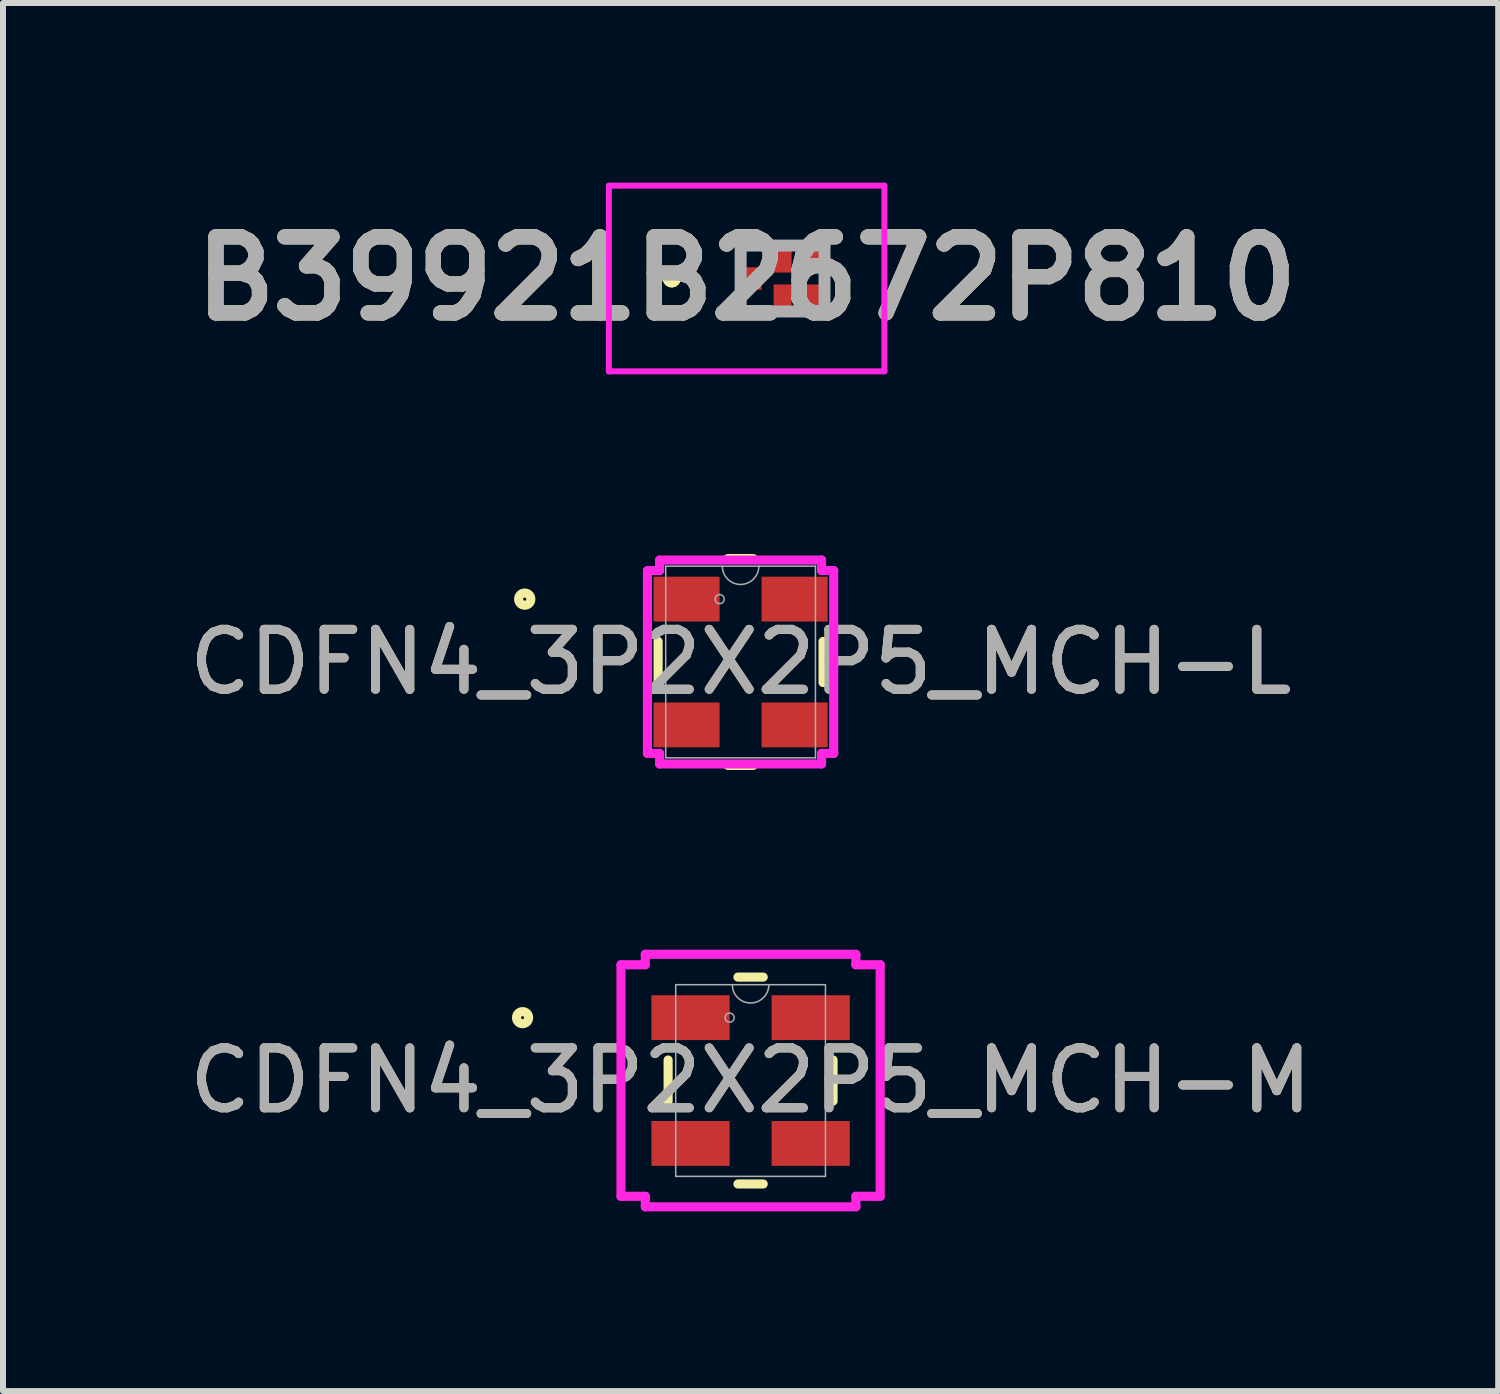
<source format=kicad_pcb>
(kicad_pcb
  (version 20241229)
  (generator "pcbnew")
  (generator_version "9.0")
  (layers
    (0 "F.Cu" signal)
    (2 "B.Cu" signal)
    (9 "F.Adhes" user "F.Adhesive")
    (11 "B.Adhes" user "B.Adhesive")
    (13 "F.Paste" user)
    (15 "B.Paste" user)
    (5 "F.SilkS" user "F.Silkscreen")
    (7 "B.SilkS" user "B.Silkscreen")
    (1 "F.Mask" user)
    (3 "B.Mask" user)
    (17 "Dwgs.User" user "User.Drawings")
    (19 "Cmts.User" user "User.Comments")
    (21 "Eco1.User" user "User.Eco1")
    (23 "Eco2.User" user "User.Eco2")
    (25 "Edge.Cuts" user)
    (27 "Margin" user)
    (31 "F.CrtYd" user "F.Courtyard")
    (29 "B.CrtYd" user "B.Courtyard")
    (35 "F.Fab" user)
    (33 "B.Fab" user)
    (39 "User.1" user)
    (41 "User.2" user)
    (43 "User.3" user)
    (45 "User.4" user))
  (footprint "CDFN4_3P2X2P5_MCH-M"
    (layer "F.Cu")
    (at 9.482 14.991)
    (property "Reference" "CDFN4_3P2X2P5_MCH-M" (at 0 0 0) (unlocked yes) (layer "F.SilkS") (effects (font (size 1 1) (thickness 0.15))))
    (attr smd)
    (fp_line (start -1.377 -0.343) (end -1.377 0.343) (stroke (width 0.152) (type solid)) (layer "F.SilkS"))
    (fp_line (start -0.211 1.727) (end 0.211 1.727) (stroke (width 0.152) (type solid)) (layer "F.SilkS"))
    (fp_line (start 0.211 -1.727) (end -0.211 -1.727) (stroke (width 0.152) (type solid)) (layer "F.SilkS"))
    (fp_line (start 1.377 0.343) (end 1.377 -0.343) (stroke (width 0.152) (type solid)) (layer "F.SilkS"))
    (fp_circle (center -3.807 -1.05) (end -3.706 -1.05) (stroke (width 0.152) (type solid)) (fill no) (layer "F.SilkS"))
    (fp_line (start -2.164 -1.933) (end -1.758 -1.933) (stroke (width 0.152) (type solid)) (layer "F.CrtYd"))
    (fp_line (start -2.164 1.933) (end -2.164 -1.933) (stroke (width 0.152) (type solid)) (layer "F.CrtYd"))
    (fp_line (start -2.164 1.933) (end -1.758 1.933) (stroke (width 0.152) (type solid)) (layer "F.CrtYd"))
    (fp_line (start -1.758 -2.108) (end 1.758 -2.108) (stroke (width 0.152) (type solid)) (layer "F.CrtYd"))
    (fp_line (start -1.758 -1.933) (end -1.758 -2.108) (stroke (width 0.152) (type solid)) (layer "F.CrtYd"))
    (fp_line (start -1.758 2.108) (end -1.758 1.933) (stroke (width 0.152) (type solid)) (layer "F.CrtYd"))
    (fp_line (start 1.758 -2.108) (end 1.758 -1.933) (stroke (width 0.152) (type solid)) (layer "F.CrtYd"))
    (fp_line (start 1.758 1.933) (end 1.758 2.108) (stroke (width 0.152) (type solid)) (layer "F.CrtYd"))
    (fp_line (start 1.758 2.108) (end -1.758 2.108) (stroke (width 0.152) (type solid)) (layer "F.CrtYd"))
    (fp_line (start 2.164 -1.933) (end 1.758 -1.933) (stroke (width 0.152) (type solid)) (layer "F.CrtYd"))
    (fp_line (start 2.164 -1.933) (end 2.164 1.933) (stroke (width 0.152) (type solid)) (layer "F.CrtYd"))
    (fp_line (start 2.164 1.933) (end 1.758 1.933) (stroke (width 0.152) (type solid)) (layer "F.CrtYd"))
    (fp_line (start -1.25 -1.6) (end -1.25 1.6) (stroke (width 0.025) (type solid)) (layer "F.Fab"))
    (fp_line (start -1.25 1.6) (end 1.25 1.6) (stroke (width 0.025) (type solid)) (layer "F.Fab"))
    (fp_line (start 1.25 -1.6) (end -1.25 -1.6) (stroke (width 0.025) (type solid)) (layer "F.Fab"))
    (fp_line (start 1.25 1.6) (end 1.25 -1.6) (stroke (width 0.025) (type solid)) (layer "F.Fab"))
    (fp_arc (start 0.3048 -1.600001) (mid 0 -1.295201) (end -0.3048 -1.600001) (stroke (width 0.0254) (type solid)) (layer "F.Fab"))
    (fp_circle (center -0.35 -1.05) (end -0.274 -1.05) (stroke (width 0.025) (type solid)) (fill no) (layer "F.Fab"))
    (fp_text user "${REFERENCE}" (at 0 0 0) (unlocked yes) (layer "F.Fab") (effects (font (size 1 1) (thickness 0.15))))
    (pad "1" smd rect (at -1.003 -1.05) (size 1.306 0.749) (layers "F.Cu" "F.Mask" "F.Paste"))
    (pad "2" smd rect (at -1.003 1.05) (size 1.306 0.749) (layers "F.Cu" "F.Mask" "F.Paste"))
    (pad "3" smd rect (at 1.003 1.05) (size 1.306 0.749) (layers "F.Cu" "F.Mask" "F.Paste"))
    (pad "4" smd rect (at 1.003 -1.05) (size 1.306 0.749) (layers "F.Cu" "F.Mask" "F.Paste")))
  (footprint "B39921B2672P810"
    (layer "F.Cu")
    (at 10.016 1.6)
    (property "Reference" "B39921B2672P810" (at -0.6 0 0) (layer "F.SilkS") (effects (font (size 1.27 1.27) (thickness 0.254))))
    (attr smd)
    (fp_line (start -1.9 0) (end -1.9 0) (stroke (width 0.2) (type solid)) (layer "F.SilkS"))
    (fp_line (start -1.9 0) (end -1.9 0) (stroke (width 0.2) (type solid)) (layer "F.SilkS"))
    (fp_line (start -1.8 0) (end -1.8 0) (stroke (width 0.2) (type solid)) (layer "F.SilkS"))
    (fp_arc (start -1.9 0) (mid -1.85 -0.05) (end -1.8 0) (stroke (width 0.2) (type solid)) (layer "F.SilkS"))
    (fp_arc (start -1.8 0) (mid -1.85 0.05) (end -1.9 0) (stroke (width 0.2) (type solid)) (layer "F.SilkS"))
    (fp_arc (start -1.8 0) (mid -1.85 0.05) (end -1.9 0) (stroke (width 0.2) (type solid)) (layer "F.SilkS"))
    (fp_line (start -2.9 -1.55) (end 1.7 -1.55) (stroke (width 0.1) (type solid)) (layer "F.CrtYd"))
    (fp_line (start -2.9 1.55) (end -2.9 -1.55) (stroke (width 0.1) (type solid)) (layer "F.CrtYd"))
    (fp_line (start 1.7 -1.55) (end 1.7 1.55) (stroke (width 0.1) (type solid)) (layer "F.CrtYd"))
    (fp_line (start 1.7 1.55) (end -2.9 1.55) (stroke (width 0.1) (type solid)) (layer "F.CrtYd"))
    (fp_line (start -0.7 -0.55) (end -0.7 0.55) (stroke (width 0.2) (type solid)) (layer "F.Fab"))
    (fp_line (start -0.7 0.55) (end 0.7 0.55) (stroke (width 0.2) (type solid)) (layer "F.Fab"))
    (fp_line (start 0.7 -0.55) (end -0.7 -0.55) (stroke (width 0.2) (type solid)) (layer "F.Fab"))
    (fp_line (start 0.7 0.55) (end 0.7 -0.55) (stroke (width 0.2) (type solid)) (layer "F.Fab"))
    (fp_text user "${REFERENCE}" (at -0.6 0 0) (layer "F.Fab") (effects (font (size 1.27 1.27) (thickness 0.254))))
    (pad "1" smd rect (at -0.5 0) (size 0.3 0.375) (layers "F.Cu" "F.Mask" "F.Paste"))
    (pad "2" smd rect (at 0 0.287) (size 0.3 0.375) (layers "F.Cu" "F.Mask" "F.Paste"))
    (pad "3" smd rect (at 0.5 0.287) (size 0.3 0.375) (layers "F.Cu" "F.Mask" "F.Paste"))
    (pad "4" smd rect (at 0.5 -0.287) (size 0.3 0.375) (layers "F.Cu" "F.Mask" "F.Paste"))
    (pad "5" smd rect (at 0 -0.287) (size 0.3 0.375) (layers "F.Cu" "F.Mask" "F.Paste")))
  (footprint "CDFN4_3P2X2P5_MCH-L"
    (layer "F.Cu")
    (at 9.315 8.003)
    (property "Reference" "CDFN4_3P2X2P5_MCH-L" (at 0 0 0) (unlocked yes) (layer "F.SilkS") (effects (font (size 1 1) (thickness 0.15))))
    (attr smd)
    (fp_line (start -1.377 -0.343) (end -1.377 0.343) (stroke (width 0.152) (type solid)) (layer "F.SilkS"))
    (fp_line (start -0.211 1.727) (end 0.211 1.727) (stroke (width 0.152) (type solid)) (layer "F.SilkS"))
    (fp_line (start 0.211 -1.727) (end -0.211 -1.727) (stroke (width 0.152) (type solid)) (layer "F.SilkS"))
    (fp_line (start 1.377 0.343) (end 1.377 -0.343) (stroke (width 0.152) (type solid)) (layer "F.SilkS"))
    (fp_circle (center -3.604 -1.05) (end -3.502 -1.05) (stroke (width 0.152) (type solid)) (fill no) (layer "F.SilkS"))
    (fp_line (start -1.555 -1.526) (end -1.352 -1.526) (stroke (width 0.152) (type solid)) (layer "F.CrtYd"))
    (fp_line (start -1.555 1.526) (end -1.555 -1.526) (stroke (width 0.152) (type solid)) (layer "F.CrtYd"))
    (fp_line (start -1.555 1.526) (end -1.352 1.526) (stroke (width 0.152) (type solid)) (layer "F.CrtYd"))
    (fp_line (start -1.352 -1.702) (end 1.352 -1.702) (stroke (width 0.152) (type solid)) (layer "F.CrtYd"))
    (fp_line (start -1.352 -1.526) (end -1.352 -1.702) (stroke (width 0.152) (type solid)) (layer "F.CrtYd"))
    (fp_line (start -1.352 1.702) (end -1.352 1.526) (stroke (width 0.152) (type solid)) (layer "F.CrtYd"))
    (fp_line (start 1.352 -1.702) (end 1.352 -1.526) (stroke (width 0.152) (type solid)) (layer "F.CrtYd"))
    (fp_line (start 1.352 1.526) (end 1.352 1.702) (stroke (width 0.152) (type solid)) (layer "F.CrtYd"))
    (fp_line (start 1.352 1.702) (end -1.352 1.702) (stroke (width 0.152) (type solid)) (layer "F.CrtYd"))
    (fp_line (start 1.555 -1.526) (end 1.352 -1.526) (stroke (width 0.152) (type solid)) (layer "F.CrtYd"))
    (fp_line (start 1.555 -1.526) (end 1.555 1.526) (stroke (width 0.152) (type solid)) (layer "F.CrtYd"))
    (fp_line (start 1.555 1.526) (end 1.352 1.526) (stroke (width 0.152) (type solid)) (layer "F.CrtYd"))
    (fp_line (start -1.25 -1.6) (end -1.25 1.6) (stroke (width 0.025) (type solid)) (layer "F.Fab"))
    (fp_line (start -1.25 1.6) (end 1.25 1.6) (stroke (width 0.025) (type solid)) (layer "F.Fab"))
    (fp_line (start 1.25 -1.6) (end -1.25 -1.6) (stroke (width 0.025) (type solid)) (layer "F.Fab"))
    (fp_line (start 1.25 1.6) (end 1.25 -1.6) (stroke (width 0.025) (type solid)) (layer "F.Fab"))
    (fp_arc (start 0.3048 -1.600001) (mid 0 -1.295201) (end -0.3048 -1.600001) (stroke (width 0.0254) (type solid)) (layer "F.Fab"))
    (fp_circle (center -0.35 -1.05) (end -0.274 -1.05) (stroke (width 0.025) (type solid)) (fill no) (layer "F.Fab"))
    (fp_text user "${REFERENCE}" (at 0 0 0) (unlocked yes) (layer "F.Fab") (effects (font (size 1 1) (thickness 0.15))))
    (pad "1" smd rect (at -0.902 -1.05) (size 1.103 0.749) (layers "F.Cu" "F.Mask" "F.Paste"))
    (pad "2" smd rect (at -0.902 1.05) (size 1.103 0.749) (layers "F.Cu" "F.Mask" "F.Paste"))
    (pad "3" smd rect (at 0.902 1.05) (size 1.103 0.749) (layers "F.Cu" "F.Mask" "F.Paste"))
    (pad "4" smd rect (at 0.902 -1.05) (size 1.103 0.749) (layers "F.Cu" "F.Mask" "F.Paste")))
  (gr_rect
    (start -3 -3)
    (end 21.964 20.175)
    (stroke (width 0.1) (type default))
    (fill no)
    (layer "Edge.Cuts")))
</source>
